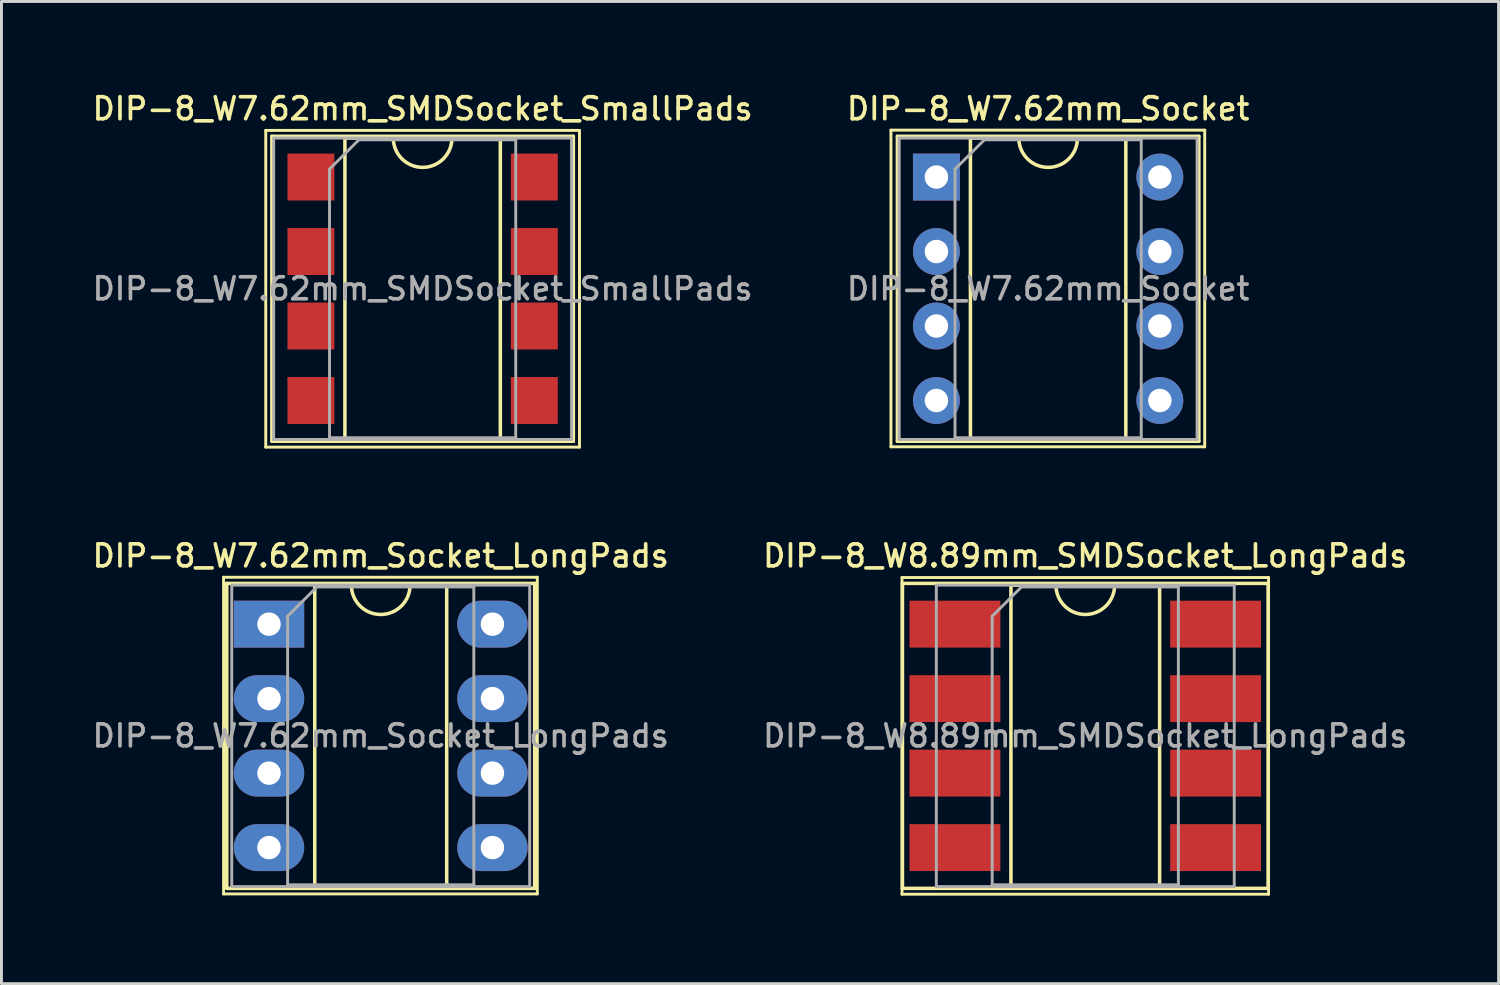
<source format=kicad_pcb>
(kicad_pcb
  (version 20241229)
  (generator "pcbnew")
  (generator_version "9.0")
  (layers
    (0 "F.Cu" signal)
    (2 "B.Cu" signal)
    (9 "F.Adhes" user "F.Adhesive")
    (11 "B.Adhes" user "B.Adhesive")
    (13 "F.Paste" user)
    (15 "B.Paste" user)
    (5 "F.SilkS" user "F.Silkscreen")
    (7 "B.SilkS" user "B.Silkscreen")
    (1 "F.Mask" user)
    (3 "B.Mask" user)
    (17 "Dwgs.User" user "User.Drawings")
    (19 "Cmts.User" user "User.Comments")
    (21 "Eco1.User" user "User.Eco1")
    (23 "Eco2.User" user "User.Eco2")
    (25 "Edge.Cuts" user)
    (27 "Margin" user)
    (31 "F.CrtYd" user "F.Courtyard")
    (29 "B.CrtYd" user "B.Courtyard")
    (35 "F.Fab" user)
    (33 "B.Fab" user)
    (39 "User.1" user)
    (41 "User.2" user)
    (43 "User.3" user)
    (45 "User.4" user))
  (footprint "DIP-8_W7.62mm_Socket"
    (layer "F.Cu")
    (at 28.885 2.988)
    (property "Reference" "DIP-8_W7.62mm_Socket" (at 3.81 -2.33 0) (layer "F.SilkS") (effects (font (size 0.75 0.75) (thickness 0.125))))
    (attr through_hole)
    (fp_line (start -1.55 -1.6) (end -1.55 9.2) (stroke (width 0.1) (type solid)) (layer "F.SilkS"))
    (fp_line (start -1.55 9.2) (end 9.15 9.2) (stroke (width 0.1) (type solid)) (layer "F.SilkS"))
    (fp_line (start -1.33 -1.39) (end -1.33 9.01) (stroke (width 0.12) (type solid)) (layer "F.SilkS"))
    (fp_line (start -1.33 9.01) (end 8.95 9.01) (stroke (width 0.12) (type solid)) (layer "F.SilkS"))
    (fp_line (start 1.16 -1.33) (end 1.16 8.95) (stroke (width 0.12) (type solid)) (layer "F.SilkS"))
    (fp_line (start 1.16 8.95) (end 6.46 8.95) (stroke (width 0.12) (type solid)) (layer "F.SilkS"))
    (fp_line (start 2.81 -1.33) (end 1.16 -1.33) (stroke (width 0.12) (type solid)) (layer "F.SilkS"))
    (fp_line (start 6.46 -1.33) (end 4.81 -1.33) (stroke (width 0.12) (type solid)) (layer "F.SilkS"))
    (fp_line (start 6.46 8.95) (end 6.46 -1.33) (stroke (width 0.12) (type solid)) (layer "F.SilkS"))
    (fp_line (start 8.95 -1.39) (end -1.33 -1.39) (stroke (width 0.12) (type solid)) (layer "F.SilkS"))
    (fp_line (start 8.95 9.01) (end 8.95 -1.39) (stroke (width 0.12) (type solid)) (layer "F.SilkS"))
    (fp_line (start 9.15 -1.6) (end -1.55 -1.6) (stroke (width 0.1) (type solid)) (layer "F.SilkS"))
    (fp_line (start 9.15 9.2) (end 9.15 -1.6) (stroke (width 0.1) (type solid)) (layer "F.SilkS"))
    (fp_arc (start 4.81 -1.33) (mid 3.81 -0.33) (end 2.81 -1.33) (stroke (width 0.12) (type solid)) (layer "F.SilkS"))
    (fp_line (start -1.27 -1.33) (end -1.27 8.95) (stroke (width 0.1) (type solid)) (layer "F.Fab"))
    (fp_line (start -1.27 8.95) (end 8.89 8.95) (stroke (width 0.1) (type solid)) (layer "F.Fab"))
    (fp_line (start 0.635 -0.27) (end 1.635 -1.27) (stroke (width 0.1) (type solid)) (layer "F.Fab"))
    (fp_line (start 0.635 8.89) (end 0.635 -0.27) (stroke (width 0.1) (type solid)) (layer "F.Fab"))
    (fp_line (start 1.635 -1.27) (end 6.985 -1.27) (stroke (width 0.1) (type solid)) (layer "F.Fab"))
    (fp_line (start 6.985 -1.27) (end 6.985 8.89) (stroke (width 0.1) (type solid)) (layer "F.Fab"))
    (fp_line (start 6.985 8.89) (end 0.635 8.89) (stroke (width 0.1) (type solid)) (layer "F.Fab"))
    (fp_line (start 8.89 -1.33) (end -1.27 -1.33) (stroke (width 0.1) (type solid)) (layer "F.Fab"))
    (fp_line (start 8.89 8.95) (end 8.89 -1.33) (stroke (width 0.1) (type solid)) (layer "F.Fab"))
    (fp_text user "${REFERENCE}" (at 3.81 3.81 0) (layer "F.Fab") (effects (font (size 0.75 0.75) (thickness 0.125))))
    (pad "1" thru_hole rect (at 0 0) (size 1.6 1.6) (drill 0.8) (layers "*.Cu" "*.Mask"))
    (pad "2" thru_hole oval (at 0 2.54) (size 1.6 1.6) (drill 0.8) (layers "*.Cu" "*.Mask"))
    (pad "3" thru_hole oval (at 0 5.08) (size 1.6 1.6) (drill 0.8) (layers "*.Cu" "*.Mask"))
    (pad "4" thru_hole oval (at 0 7.62) (size 1.6 1.6) (drill 0.8) (layers "*.Cu" "*.Mask"))
    (pad "5" thru_hole oval (at 7.62 7.62) (size 1.6 1.6) (drill 0.8) (layers "*.Cu" "*.Mask"))
    (pad "6" thru_hole oval (at 7.62 5.08) (size 1.6 1.6) (drill 0.8) (layers "*.Cu" "*.Mask"))
    (pad "7" thru_hole oval (at 7.62 2.54) (size 1.6 1.6) (drill 0.8) (layers "*.Cu" "*.Mask"))
    (pad "8" thru_hole oval (at 7.62 0) (size 1.6 1.6) (drill 0.8) (layers "*.Cu" "*.Mask")))
  (footprint "DIP-8_W8.89mm_SMDSocket_LongPads"
    (layer "F.Cu")
    (at 33.962 22.046)
    (property "Reference" "DIP-8_W8.89mm_SMDSocket_LongPads" (at 0 -6.14 0) (layer "F.SilkS") (effects (font (size 0.75 0.75) (thickness 0.125))))
    (attr smd)
    (fp_line (start -6.25 -5.4) (end -6.25 5.4) (stroke (width 0.1) (type solid)) (layer "F.SilkS"))
    (fp_line (start -6.25 5.4) (end 6.25 5.4) (stroke (width 0.1) (type solid)) (layer "F.SilkS"))
    (fp_line (start -6.235 -5.2) (end -6.235 5.2) (stroke (width 0.12) (type solid)) (layer "F.SilkS"))
    (fp_line (start -6.235 5.2) (end 6.235 5.2) (stroke (width 0.12) (type solid)) (layer "F.SilkS"))
    (fp_line (start -2.535 -5.14) (end -2.535 5.14) (stroke (width 0.12) (type solid)) (layer "F.SilkS"))
    (fp_line (start -2.535 5.14) (end 2.535 5.14) (stroke (width 0.12) (type solid)) (layer "F.SilkS"))
    (fp_line (start -1 -5.14) (end -2.535 -5.14) (stroke (width 0.12) (type solid)) (layer "F.SilkS"))
    (fp_line (start 2.535 -5.14) (end 1 -5.14) (stroke (width 0.12) (type solid)) (layer "F.SilkS"))
    (fp_line (start 2.535 5.14) (end 2.535 -5.14) (stroke (width 0.12) (type solid)) (layer "F.SilkS"))
    (fp_line (start 6.235 -5.2) (end -6.235 -5.2) (stroke (width 0.12) (type solid)) (layer "F.SilkS"))
    (fp_line (start 6.235 5.2) (end 6.235 -5.2) (stroke (width 0.12) (type solid)) (layer "F.SilkS"))
    (fp_line (start 6.25 -5.4) (end -6.25 -5.4) (stroke (width 0.1) (type solid)) (layer "F.SilkS"))
    (fp_line (start 6.25 5.4) (end 6.25 -5.4) (stroke (width 0.1) (type solid)) (layer "F.SilkS"))
    (fp_arc (start 1 -5.14) (mid 0 -4.14) (end -1 -5.14) (stroke (width 0.12) (type solid)) (layer "F.SilkS"))
    (fp_line (start -5.08 -5.14) (end -5.08 5.14) (stroke (width 0.1) (type solid)) (layer "F.Fab"))
    (fp_line (start -5.08 5.14) (end 5.08 5.14) (stroke (width 0.1) (type solid)) (layer "F.Fab"))
    (fp_line (start -3.175 -4.08) (end -2.175 -5.08) (stroke (width 0.1) (type solid)) (layer "F.Fab"))
    (fp_line (start -3.175 5.08) (end -3.175 -4.08) (stroke (width 0.1) (type solid)) (layer "F.Fab"))
    (fp_line (start -2.175 -5.08) (end 3.175 -5.08) (stroke (width 0.1) (type solid)) (layer "F.Fab"))
    (fp_line (start 3.175 -5.08) (end 3.175 5.08) (stroke (width 0.1) (type solid)) (layer "F.Fab"))
    (fp_line (start 3.175 5.08) (end -3.175 5.08) (stroke (width 0.1) (type solid)) (layer "F.Fab"))
    (fp_line (start 5.08 -5.14) (end -5.08 -5.14) (stroke (width 0.1) (type solid)) (layer "F.Fab"))
    (fp_line (start 5.08 5.14) (end 5.08 -5.14) (stroke (width 0.1) (type solid)) (layer "F.Fab"))
    (fp_text user "${REFERENCE}" (at 0 0 0) (layer "F.Fab") (effects (font (size 0.75 0.75) (thickness 0.125))))
    (pad "1" smd rect (at -4.445 -3.81) (size 3.1 1.6) (layers "F.Cu" "F.Mask" "F.Paste"))
    (pad "2" smd rect (at -4.445 -1.27) (size 3.1 1.6) (layers "F.Cu" "F.Mask" "F.Paste"))
    (pad "3" smd rect (at -4.445 1.27) (size 3.1 1.6) (layers "F.Cu" "F.Mask" "F.Paste"))
    (pad "4" smd rect (at -4.445 3.81) (size 3.1 1.6) (layers "F.Cu" "F.Mask" "F.Paste"))
    (pad "5" smd rect (at 4.445 3.81) (size 3.1 1.6) (layers "F.Cu" "F.Mask" "F.Paste"))
    (pad "6" smd rect (at 4.445 1.27) (size 3.1 1.6) (layers "F.Cu" "F.Mask" "F.Paste"))
    (pad "7" smd rect (at 4.445 -1.27) (size 3.1 1.6) (layers "F.Cu" "F.Mask" "F.Paste"))
    (pad "8" smd rect (at 4.445 -3.81) (size 3.1 1.6) (layers "F.Cu" "F.Mask" "F.Paste")))
  (footprint "DIP-8_W7.62mm_SMDSocket_SmallPads"
    (layer "F.Cu")
    (at 11.363 6.798)
    (property "Reference" "DIP-8_W7.62mm_SMDSocket_SmallPads" (at 0 -6.14 0) (layer "F.SilkS") (effects (font (size 0.75 0.75) (thickness 0.125))))
    (attr smd)
    (fp_line (start -5.35 -5.4) (end -5.35 5.4) (stroke (width 0.1) (type solid)) (layer "F.SilkS"))
    (fp_line (start -5.35 5.4) (end 5.35 5.4) (stroke (width 0.1) (type solid)) (layer "F.SilkS"))
    (fp_line (start -5.14 -5.2) (end -5.14 5.2) (stroke (width 0.12) (type solid)) (layer "F.SilkS"))
    (fp_line (start -5.14 5.2) (end 5.14 5.2) (stroke (width 0.12) (type solid)) (layer "F.SilkS"))
    (fp_line (start -2.65 -5.14) (end -2.65 5.14) (stroke (width 0.12) (type solid)) (layer "F.SilkS"))
    (fp_line (start -2.65 5.14) (end 2.65 5.14) (stroke (width 0.12) (type solid)) (layer "F.SilkS"))
    (fp_line (start -1 -5.14) (end -2.65 -5.14) (stroke (width 0.12) (type solid)) (layer "F.SilkS"))
    (fp_line (start 2.65 -5.14) (end 1 -5.14) (stroke (width 0.12) (type solid)) (layer "F.SilkS"))
    (fp_line (start 2.65 5.14) (end 2.65 -5.14) (stroke (width 0.12) (type solid)) (layer "F.SilkS"))
    (fp_line (start 5.14 -5.2) (end -5.14 -5.2) (stroke (width 0.12) (type solid)) (layer "F.SilkS"))
    (fp_line (start 5.14 5.2) (end 5.14 -5.2) (stroke (width 0.12) (type solid)) (layer "F.SilkS"))
    (fp_line (start 5.35 -5.4) (end -5.35 -5.4) (stroke (width 0.1) (type solid)) (layer "F.SilkS"))
    (fp_line (start 5.35 5.4) (end 5.35 -5.4) (stroke (width 0.1) (type solid)) (layer "F.SilkS"))
    (fp_arc (start 1 -5.14) (mid 0 -4.14) (end -1 -5.14) (stroke (width 0.12) (type solid)) (layer "F.SilkS"))
    (fp_line (start -5.08 -5.14) (end -5.08 5.14) (stroke (width 0.1) (type solid)) (layer "F.Fab"))
    (fp_line (start -5.08 5.14) (end 5.08 5.14) (stroke (width 0.1) (type solid)) (layer "F.Fab"))
    (fp_line (start -3.175 -4.08) (end -2.175 -5.08) (stroke (width 0.1) (type solid)) (layer "F.Fab"))
    (fp_line (start -3.175 5.08) (end -3.175 -4.08) (stroke (width 0.1) (type solid)) (layer "F.Fab"))
    (fp_line (start -2.175 -5.08) (end 3.175 -5.08) (stroke (width 0.1) (type solid)) (layer "F.Fab"))
    (fp_line (start 3.175 -5.08) (end 3.175 5.08) (stroke (width 0.1) (type solid)) (layer "F.Fab"))
    (fp_line (start 3.175 5.08) (end -3.175 5.08) (stroke (width 0.1) (type solid)) (layer "F.Fab"))
    (fp_line (start 5.08 -5.14) (end -5.08 -5.14) (stroke (width 0.1) (type solid)) (layer "F.Fab"))
    (fp_line (start 5.08 5.14) (end 5.08 -5.14) (stroke (width 0.1) (type solid)) (layer "F.Fab"))
    (fp_text user "${REFERENCE}" (at 0 0 0) (layer "F.Fab") (effects (font (size 0.75 0.75) (thickness 0.125))))
    (pad "1" smd rect (at -3.81 -3.81) (size 1.6 1.6) (layers "F.Cu" "F.Mask" "F.Paste"))
    (pad "2" smd rect (at -3.81 -1.27) (size 1.6 1.6) (layers "F.Cu" "F.Mask" "F.Paste"))
    (pad "3" smd rect (at -3.81 1.27) (size 1.6 1.6) (layers "F.Cu" "F.Mask" "F.Paste"))
    (pad "4" smd rect (at -3.81 3.81) (size 1.6 1.6) (layers "F.Cu" "F.Mask" "F.Paste"))
    (pad "5" smd rect (at 3.81 3.81) (size 1.6 1.6) (layers "F.Cu" "F.Mask" "F.Paste"))
    (pad "6" smd rect (at 3.81 1.27) (size 1.6 1.6) (layers "F.Cu" "F.Mask" "F.Paste"))
    (pad "7" smd rect (at 3.81 -1.27) (size 1.6 1.6) (layers "F.Cu" "F.Mask" "F.Paste"))
    (pad "8" smd rect (at 3.81 -3.81) (size 1.6 1.6) (layers "F.Cu" "F.Mask" "F.Paste")))
  (footprint "DIP-8_W7.62mm_Socket_LongPads"
    (layer "F.Cu")
    (at 6.124 18.236)
    (property "Reference" "DIP-8_W7.62mm_Socket_LongPads" (at 3.81 -2.33 0) (layer "F.SilkS") (effects (font (size 0.75 0.75) (thickness 0.125))))
    (attr through_hole)
    (fp_line (start -1.55 -1.6) (end -1.55 9.2) (stroke (width 0.1) (type solid)) (layer "F.SilkS"))
    (fp_line (start -1.55 9.2) (end 9.15 9.2) (stroke (width 0.1) (type solid)) (layer "F.SilkS"))
    (fp_line (start -1.44 -1.39) (end -1.44 9.01) (stroke (width 0.12) (type solid)) (layer "F.SilkS"))
    (fp_line (start -1.44 9.01) (end 9.06 9.01) (stroke (width 0.12) (type solid)) (layer "F.SilkS"))
    (fp_line (start 1.56 -1.33) (end 1.56 8.95) (stroke (width 0.12) (type solid)) (layer "F.SilkS"))
    (fp_line (start 1.56 8.95) (end 6.06 8.95) (stroke (width 0.12) (type solid)) (layer "F.SilkS"))
    (fp_line (start 2.81 -1.33) (end 1.56 -1.33) (stroke (width 0.12) (type solid)) (layer "F.SilkS"))
    (fp_line (start 6.06 -1.33) (end 4.81 -1.33) (stroke (width 0.12) (type solid)) (layer "F.SilkS"))
    (fp_line (start 6.06 8.95) (end 6.06 -1.33) (stroke (width 0.12) (type solid)) (layer "F.SilkS"))
    (fp_line (start 9.06 -1.39) (end -1.44 -1.39) (stroke (width 0.12) (type solid)) (layer "F.SilkS"))
    (fp_line (start 9.06 9.01) (end 9.06 -1.39) (stroke (width 0.12) (type solid)) (layer "F.SilkS"))
    (fp_line (start 9.15 -1.6) (end -1.55 -1.6) (stroke (width 0.1) (type solid)) (layer "F.SilkS"))
    (fp_line (start 9.15 9.2) (end 9.15 -1.6) (stroke (width 0.1) (type solid)) (layer "F.SilkS"))
    (fp_arc (start 4.81 -1.33) (mid 3.81 -0.33) (end 2.81 -1.33) (stroke (width 0.12) (type solid)) (layer "F.SilkS"))
    (fp_line (start -1.27 -1.33) (end -1.27 8.95) (stroke (width 0.1) (type solid)) (layer "F.Fab"))
    (fp_line (start -1.27 8.95) (end 8.89 8.95) (stroke (width 0.1) (type solid)) (layer "F.Fab"))
    (fp_line (start 0.635 -0.27) (end 1.635 -1.27) (stroke (width 0.1) (type solid)) (layer "F.Fab"))
    (fp_line (start 0.635 8.89) (end 0.635 -0.27) (stroke (width 0.1) (type solid)) (layer "F.Fab"))
    (fp_line (start 1.635 -1.27) (end 6.985 -1.27) (stroke (width 0.1) (type solid)) (layer "F.Fab"))
    (fp_line (start 6.985 -1.27) (end 6.985 8.89) (stroke (width 0.1) (type solid)) (layer "F.Fab"))
    (fp_line (start 6.985 8.89) (end 0.635 8.89) (stroke (width 0.1) (type solid)) (layer "F.Fab"))
    (fp_line (start 8.89 -1.33) (end -1.27 -1.33) (stroke (width 0.1) (type solid)) (layer "F.Fab"))
    (fp_line (start 8.89 8.95) (end 8.89 -1.33) (stroke (width 0.1) (type solid)) (layer "F.Fab"))
    (fp_text user "${REFERENCE}" (at 3.81 3.81 0) (layer "F.Fab") (effects (font (size 0.75 0.75) (thickness 0.125))))
    (pad "1" thru_hole rect (at 0 0) (size 2.4 1.6) (drill 0.8) (layers "*.Cu" "*.Mask"))
    (pad "2" thru_hole oval (at 0 2.54) (size 2.4 1.6) (drill 0.8) (layers "*.Cu" "*.Mask"))
    (pad "3" thru_hole oval (at 0 5.08) (size 2.4 1.6) (drill 0.8) (layers "*.Cu" "*.Mask"))
    (pad "4" thru_hole oval (at 0 7.62) (size 2.4 1.6) (drill 0.8) (layers "*.Cu" "*.Mask"))
    (pad "5" thru_hole oval (at 7.62 7.62) (size 2.4 1.6) (drill 0.8) (layers "*.Cu" "*.Mask"))
    (pad "6" thru_hole oval (at 7.62 5.08) (size 2.4 1.6) (drill 0.8) (layers "*.Cu" "*.Mask"))
    (pad "7" thru_hole oval (at 7.62 2.54) (size 2.4 1.6) (drill 0.8) (layers "*.Cu" "*.Mask"))
    (pad "8" thru_hole oval (at 7.62 0) (size 2.4 1.6) (drill 0.8) (layers "*.Cu" "*.Mask")))
  (gr_rect
    (start -3 -3)
    (end 48.057 30.496)
    (stroke (width 0.1) (type default))
    (fill no)
    (layer "Edge.Cuts")))
</source>
